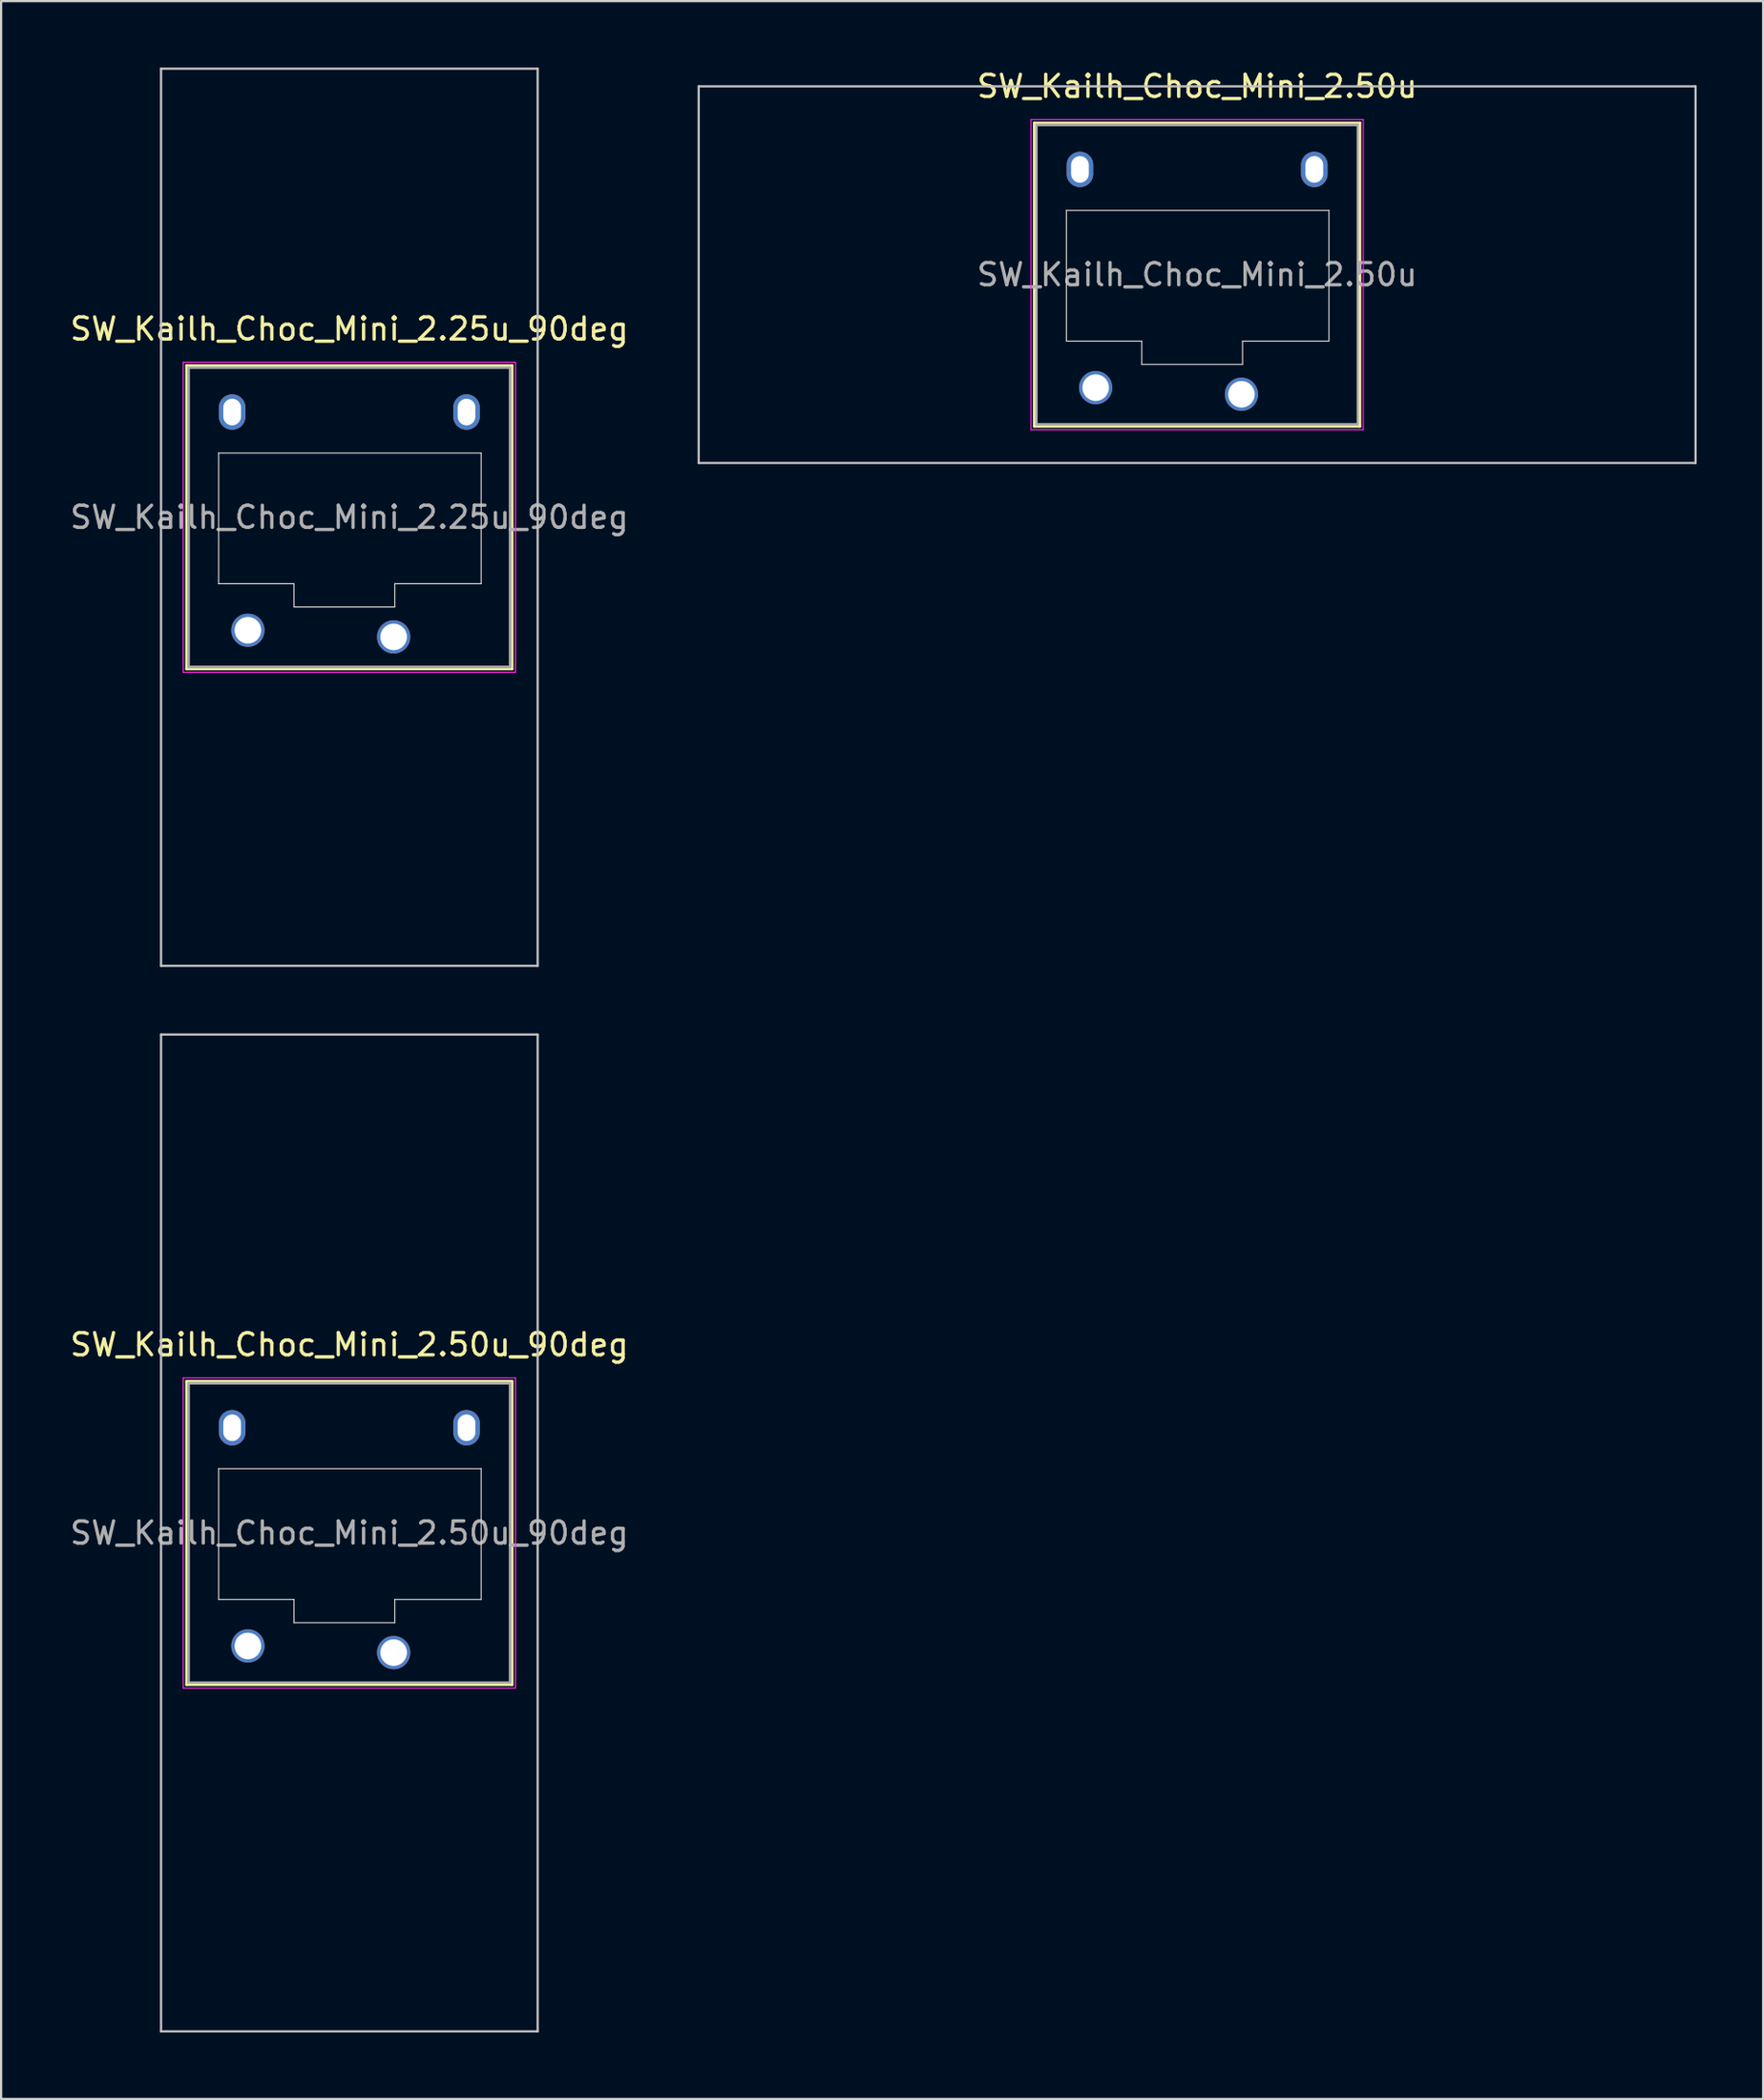
<source format=kicad_pcb>
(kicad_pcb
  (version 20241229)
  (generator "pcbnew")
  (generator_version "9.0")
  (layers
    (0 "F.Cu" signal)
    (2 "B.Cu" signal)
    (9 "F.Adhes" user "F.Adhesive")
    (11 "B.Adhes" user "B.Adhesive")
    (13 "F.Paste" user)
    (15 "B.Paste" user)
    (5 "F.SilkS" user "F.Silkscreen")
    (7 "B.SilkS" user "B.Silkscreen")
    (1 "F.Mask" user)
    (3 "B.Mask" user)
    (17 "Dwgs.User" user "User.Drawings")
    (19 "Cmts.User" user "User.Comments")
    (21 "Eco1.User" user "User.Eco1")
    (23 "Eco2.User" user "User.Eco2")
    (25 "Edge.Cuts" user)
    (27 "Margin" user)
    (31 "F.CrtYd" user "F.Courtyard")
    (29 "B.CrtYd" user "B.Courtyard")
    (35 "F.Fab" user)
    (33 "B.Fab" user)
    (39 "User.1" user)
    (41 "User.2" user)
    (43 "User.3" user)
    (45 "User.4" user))
  (footprint "SW_Kailh_Choc_Mini_2.25u_90deg"
    (layer "F.Cu")
    (at 12.72 20.3)
    (property "Reference" "SW_Kailh_Choc_Mini_2.25u_90deg" (at 0 -8.5 0) (layer "F.SilkS") (effects (font (size 1 1) (thickness 0.15))))
    (attr through_hole)
    (fp_line (start -7.35 -6.85) (end -7.35 6.85) (stroke (width 0.12) (type solid)) (layer "F.SilkS"))
    (fp_line (start -7.35 6.85) (end 7.35 6.85) (stroke (width 0.12) (type solid)) (layer "F.SilkS"))
    (fp_line (start 7.35 -6.85) (end -7.35 -6.85) (stroke (width 0.12) (type solid)) (layer "F.SilkS"))
    (fp_line (start 7.35 6.85) (end 7.35 -6.85) (stroke (width 0.12) (type solid)) (layer "F.SilkS"))
    (fp_line (start -8.5 -20.25) (end 8.5 -20.25) (stroke (width 0.1) (type solid)) (layer "Dwgs.User"))
    (fp_line (start -8.5 20.25) (end -8.5 -20.25) (stroke (width 0.1) (type solid)) (layer "Dwgs.User"))
    (fp_line (start 8.5 -20.25) (end 8.5 20.25) (stroke (width 0.1) (type solid)) (layer "Dwgs.User"))
    (fp_line (start 8.5 20.25) (end -8.5 20.25) (stroke (width 0.1) (type solid)) (layer "Dwgs.User"))
    (fp_line (start -6.85 -6.35) (end -6.85 6.35) (stroke (width 0.1) (type solid)) (layer "Eco1.User"))
    (fp_line (start -6.85 6.35) (end 6.85 6.35) (stroke (width 0.1) (type solid)) (layer "Eco1.User"))
    (fp_line (start 6.85 -6.35) (end -6.85 -6.35) (stroke (width 0.1) (type solid)) (layer "Eco1.User"))
    (fp_line (start 6.85 6.35) (end 6.85 -6.35) (stroke (width 0.1) (type solid)) (layer "Eco1.User"))
    (fp_line (start -5.9 -2.9) (end -5.9 3) (stroke (width 0.05) (type solid)) (layer "Edge.Cuts"))
    (fp_line (start -5.9 3) (end -2.5 3) (stroke (width 0.05) (type solid)) (layer "Edge.Cuts"))
    (fp_line (start -2.5 3) (end -2.5 4.05) (stroke (width 0.05) (type solid)) (layer "Edge.Cuts"))
    (fp_line (start -2.5 4.05) (end 2.05 4.05) (stroke (width 0.05) (type solid)) (layer "Edge.Cuts"))
    (fp_line (start 2.05 3) (end 5.95 3) (stroke (width 0.05) (type solid)) (layer "Edge.Cuts"))
    (fp_line (start 2.05 4.05) (end 2.05 3) (stroke (width 0.05) (type solid)) (layer "Edge.Cuts"))
    (fp_line (start 5.95 -2.9) (end -5.9 -2.9) (stroke (width 0.05) (type solid)) (layer "Edge.Cuts"))
    (fp_line (start 5.95 3) (end 5.95 -2.9) (stroke (width 0.05) (type solid)) (layer "Edge.Cuts"))
    (fp_line (start -7.5 -7) (end -7.5 7) (stroke (width 0.05) (type solid)) (layer "F.CrtYd"))
    (fp_line (start -7.5 7) (end 7.5 7) (stroke (width 0.05) (type solid)) (layer "F.CrtYd"))
    (fp_line (start 7.5 -7) (end -7.5 -7) (stroke (width 0.05) (type solid)) (layer "F.CrtYd"))
    (fp_line (start 7.5 7) (end 7.5 -7) (stroke (width 0.05) (type solid)) (layer "F.CrtYd"))
    (fp_line (start -7.25 -6.75) (end -7.25 6.75) (stroke (width 0.1) (type solid)) (layer "F.Fab"))
    (fp_line (start -7.25 6.75) (end 7.25 6.75) (stroke (width 0.1) (type solid)) (layer "F.Fab"))
    (fp_line (start 7.25 -6.75) (end -7.25 -6.75) (stroke (width 0.1) (type solid)) (layer "F.Fab"))
    (fp_line (start 7.25 6.75) (end 7.25 -6.75) (stroke (width 0.1) (type solid)) (layer "F.Fab"))
    (fp_text user "${REFERENCE}" (at 0 0 0) (layer "F.Fab") (effects (font (size 1 1) (thickness 0.15))))
    (pad "" np_thru_hole oval (at -5.29 -4.75) (size 1.2 1.6) (drill oval 0.8 1.2) (layers "*.Cu" "*.Mask"))
    (pad "" smd circle (at -4.58 5.1) (size 1.25 1.25) (layers "F.Mask"))
    (pad "" smd circle (at 2 5.4) (size 1.25 1.25) (layers "F.Mask"))
    (pad "" np_thru_hole oval (at 5.29 -4.75) (size 1.2 1.6) (drill oval 0.8 1.2) (layers "*.Cu" "*.Mask"))
    (pad "1" thru_hole circle (at 2 5.4) (size 1.5 1.5) (drill 1.2) (layers "*.Cu" "B.Mask"))
    (pad "2" thru_hole circle (at -4.58 5.1) (size 1.5 1.5) (drill 1.2) (layers "*.Cu" "B.Mask")))
  (footprint "SW_Kailh_Choc_Mini_2.50u"
    (layer "F.Cu")
    (at 50.99 9.348)
    (property "Reference" "SW_Kailh_Choc_Mini_2.50u" (at 0 -8.5 0) (layer "F.SilkS") (effects (font (size 1 1) (thickness 0.15))))
    (attr through_hole)
    (fp_line (start -7.35 -6.85) (end -7.35 6.85) (stroke (width 0.12) (type solid)) (layer "F.SilkS"))
    (fp_line (start -7.35 6.85) (end 7.35 6.85) (stroke (width 0.12) (type solid)) (layer "F.SilkS"))
    (fp_line (start 7.35 -6.85) (end -7.35 -6.85) (stroke (width 0.12) (type solid)) (layer "F.SilkS"))
    (fp_line (start 7.35 6.85) (end 7.35 -6.85) (stroke (width 0.12) (type solid)) (layer "F.SilkS"))
    (fp_line (start -22.5 -8.5) (end -22.5 8.5) (stroke (width 0.1) (type solid)) (layer "Dwgs.User"))
    (fp_line (start -22.5 8.5) (end 22.5 8.5) (stroke (width 0.1) (type solid)) (layer "Dwgs.User"))
    (fp_line (start 22.5 -8.5) (end -22.5 -8.5) (stroke (width 0.1) (type solid)) (layer "Dwgs.User"))
    (fp_line (start 22.5 8.5) (end 22.5 -8.5) (stroke (width 0.1) (type solid)) (layer "Dwgs.User"))
    (fp_line (start -6.85 -6.35) (end -6.85 6.35) (stroke (width 0.1) (type solid)) (layer "Eco1.User"))
    (fp_line (start -6.85 6.35) (end 6.85 6.35) (stroke (width 0.1) (type solid)) (layer "Eco1.User"))
    (fp_line (start 6.85 -6.35) (end -6.85 -6.35) (stroke (width 0.1) (type solid)) (layer "Eco1.User"))
    (fp_line (start 6.85 6.35) (end 6.85 -6.35) (stroke (width 0.1) (type solid)) (layer "Eco1.User"))
    (fp_line (start -5.9 -2.9) (end -5.9 3) (stroke (width 0.05) (type solid)) (layer "Edge.Cuts"))
    (fp_line (start -5.9 3) (end -2.5 3) (stroke (width 0.05) (type solid)) (layer "Edge.Cuts"))
    (fp_line (start -2.5 3) (end -2.5 4.05) (stroke (width 0.05) (type solid)) (layer "Edge.Cuts"))
    (fp_line (start -2.5 4.05) (end 2.05 4.05) (stroke (width 0.05) (type solid)) (layer "Edge.Cuts"))
    (fp_line (start 2.05 3) (end 5.95 3) (stroke (width 0.05) (type solid)) (layer "Edge.Cuts"))
    (fp_line (start 2.05 4.05) (end 2.05 3) (stroke (width 0.05) (type solid)) (layer "Edge.Cuts"))
    (fp_line (start 5.95 -2.9) (end -5.9 -2.9) (stroke (width 0.05) (type solid)) (layer "Edge.Cuts"))
    (fp_line (start 5.95 3) (end 5.95 -2.9) (stroke (width 0.05) (type solid)) (layer "Edge.Cuts"))
    (fp_line (start -7.5 -7) (end -7.5 7) (stroke (width 0.05) (type solid)) (layer "F.CrtYd"))
    (fp_line (start -7.5 7) (end 7.5 7) (stroke (width 0.05) (type solid)) (layer "F.CrtYd"))
    (fp_line (start 7.5 -7) (end -7.5 -7) (stroke (width 0.05) (type solid)) (layer "F.CrtYd"))
    (fp_line (start 7.5 7) (end 7.5 -7) (stroke (width 0.05) (type solid)) (layer "F.CrtYd"))
    (fp_line (start -7.25 -6.75) (end -7.25 6.75) (stroke (width 0.1) (type solid)) (layer "F.Fab"))
    (fp_line (start -7.25 6.75) (end 7.25 6.75) (stroke (width 0.1) (type solid)) (layer "F.Fab"))
    (fp_line (start 7.25 -6.75) (end -7.25 -6.75) (stroke (width 0.1) (type solid)) (layer "F.Fab"))
    (fp_line (start 7.25 6.75) (end 7.25 -6.75) (stroke (width 0.1) (type solid)) (layer "F.Fab"))
    (fp_text user "${REFERENCE}" (at 0 0 0) (layer "F.Fab") (effects (font (size 1 1) (thickness 0.15))))
    (pad "" np_thru_hole oval (at -5.29 -4.75) (size 1.2 1.6) (drill oval 0.8 1.2) (layers "*.Cu" "*.Mask"))
    (pad "" smd circle (at -4.58 5.1) (size 1.25 1.25) (layers "F.Mask"))
    (pad "" smd circle (at 2 5.4) (size 1.25 1.25) (layers "F.Mask"))
    (pad "" np_thru_hole oval (at 5.29 -4.75) (size 1.2 1.6) (drill oval 0.8 1.2) (layers "*.Cu" "*.Mask"))
    (pad "1" thru_hole circle (at 2 5.4) (size 1.5 1.5) (drill 1.2) (layers "*.Cu" "B.Mask"))
    (pad "2" thru_hole circle (at -4.58 5.1) (size 1.5 1.5) (drill 1.2) (layers "*.Cu" "B.Mask")))
  (footprint "SW_Kailh_Choc_Mini_2.50u_90deg"
    (layer "F.Cu")
    (at 12.72 66.15)
    (property "Reference" "SW_Kailh_Choc_Mini_2.50u_90deg" (at 0 -8.5 0) (layer "F.SilkS") (effects (font (size 1 1) (thickness 0.15))))
    (attr through_hole)
    (fp_line (start -7.35 -6.85) (end -7.35 6.85) (stroke (width 0.12) (type solid)) (layer "F.SilkS"))
    (fp_line (start -7.35 6.85) (end 7.35 6.85) (stroke (width 0.12) (type solid)) (layer "F.SilkS"))
    (fp_line (start 7.35 -6.85) (end -7.35 -6.85) (stroke (width 0.12) (type solid)) (layer "F.SilkS"))
    (fp_line (start 7.35 6.85) (end 7.35 -6.85) (stroke (width 0.12) (type solid)) (layer "F.SilkS"))
    (fp_line (start -8.5 -22.5) (end 8.5 -22.5) (stroke (width 0.1) (type solid)) (layer "Dwgs.User"))
    (fp_line (start -8.5 22.5) (end -8.5 -22.5) (stroke (width 0.1) (type solid)) (layer "Dwgs.User"))
    (fp_line (start 8.5 -22.5) (end 8.5 22.5) (stroke (width 0.1) (type solid)) (layer "Dwgs.User"))
    (fp_line (start 8.5 22.5) (end -8.5 22.5) (stroke (width 0.1) (type solid)) (layer "Dwgs.User"))
    (fp_line (start -6.85 -6.35) (end -6.85 6.35) (stroke (width 0.1) (type solid)) (layer "Eco1.User"))
    (fp_line (start -6.85 6.35) (end 6.85 6.35) (stroke (width 0.1) (type solid)) (layer "Eco1.User"))
    (fp_line (start 6.85 -6.35) (end -6.85 -6.35) (stroke (width 0.1) (type solid)) (layer "Eco1.User"))
    (fp_line (start 6.85 6.35) (end 6.85 -6.35) (stroke (width 0.1) (type solid)) (layer "Eco1.User"))
    (fp_line (start -5.9 -2.9) (end -5.9 3) (stroke (width 0.05) (type solid)) (layer "Edge.Cuts"))
    (fp_line (start -5.9 3) (end -2.5 3) (stroke (width 0.05) (type solid)) (layer "Edge.Cuts"))
    (fp_line (start -2.5 3) (end -2.5 4.05) (stroke (width 0.05) (type solid)) (layer "Edge.Cuts"))
    (fp_line (start -2.5 4.05) (end 2.05 4.05) (stroke (width 0.05) (type solid)) (layer "Edge.Cuts"))
    (fp_line (start 2.05 3) (end 5.95 3) (stroke (width 0.05) (type solid)) (layer "Edge.Cuts"))
    (fp_line (start 2.05 4.05) (end 2.05 3) (stroke (width 0.05) (type solid)) (layer "Edge.Cuts"))
    (fp_line (start 5.95 -2.9) (end -5.9 -2.9) (stroke (width 0.05) (type solid)) (layer "Edge.Cuts"))
    (fp_line (start 5.95 3) (end 5.95 -2.9) (stroke (width 0.05) (type solid)) (layer "Edge.Cuts"))
    (fp_line (start -7.5 -7) (end -7.5 7) (stroke (width 0.05) (type solid)) (layer "F.CrtYd"))
    (fp_line (start -7.5 7) (end 7.5 7) (stroke (width 0.05) (type solid)) (layer "F.CrtYd"))
    (fp_line (start 7.5 -7) (end -7.5 -7) (stroke (width 0.05) (type solid)) (layer "F.CrtYd"))
    (fp_line (start 7.5 7) (end 7.5 -7) (stroke (width 0.05) (type solid)) (layer "F.CrtYd"))
    (fp_line (start -7.25 -6.75) (end -7.25 6.75) (stroke (width 0.1) (type solid)) (layer "F.Fab"))
    (fp_line (start -7.25 6.75) (end 7.25 6.75) (stroke (width 0.1) (type solid)) (layer "F.Fab"))
    (fp_line (start 7.25 -6.75) (end -7.25 -6.75) (stroke (width 0.1) (type solid)) (layer "F.Fab"))
    (fp_line (start 7.25 6.75) (end 7.25 -6.75) (stroke (width 0.1) (type solid)) (layer "F.Fab"))
    (fp_text user "${REFERENCE}" (at 0 0 0) (layer "F.Fab") (effects (font (size 1 1) (thickness 0.15))))
    (pad "" np_thru_hole oval (at -5.29 -4.75) (size 1.2 1.6) (drill oval 0.8 1.2) (layers "*.Cu" "*.Mask"))
    (pad "" smd circle (at -4.58 5.1) (size 1.25 1.25) (layers "F.Mask"))
    (pad "" smd circle (at 2 5.4) (size 1.25 1.25) (layers "F.Mask"))
    (pad "" np_thru_hole oval (at 5.29 -4.75) (size 1.2 1.6) (drill oval 0.8 1.2) (layers "*.Cu" "*.Mask"))
    (pad "1" thru_hole circle (at 2 5.4) (size 1.5 1.5) (drill 1.2) (layers "*.Cu" "B.Mask"))
    (pad "2" thru_hole circle (at -4.58 5.1) (size 1.5 1.5) (drill 1.2) (layers "*.Cu" "B.Mask")))
  (gr_rect
    (start -3 -3)
    (end 76.54 91.7)
    (stroke (width 0.1) (type default))
    (fill no)
    (layer "Edge.Cuts")))
</source>
